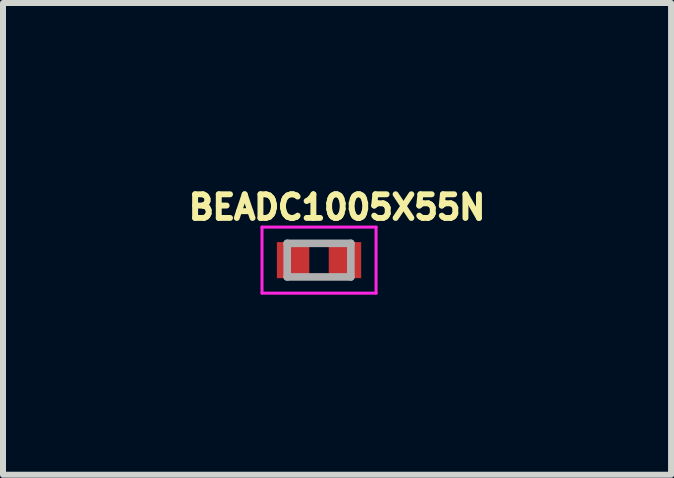
<source format=kicad_pcb>
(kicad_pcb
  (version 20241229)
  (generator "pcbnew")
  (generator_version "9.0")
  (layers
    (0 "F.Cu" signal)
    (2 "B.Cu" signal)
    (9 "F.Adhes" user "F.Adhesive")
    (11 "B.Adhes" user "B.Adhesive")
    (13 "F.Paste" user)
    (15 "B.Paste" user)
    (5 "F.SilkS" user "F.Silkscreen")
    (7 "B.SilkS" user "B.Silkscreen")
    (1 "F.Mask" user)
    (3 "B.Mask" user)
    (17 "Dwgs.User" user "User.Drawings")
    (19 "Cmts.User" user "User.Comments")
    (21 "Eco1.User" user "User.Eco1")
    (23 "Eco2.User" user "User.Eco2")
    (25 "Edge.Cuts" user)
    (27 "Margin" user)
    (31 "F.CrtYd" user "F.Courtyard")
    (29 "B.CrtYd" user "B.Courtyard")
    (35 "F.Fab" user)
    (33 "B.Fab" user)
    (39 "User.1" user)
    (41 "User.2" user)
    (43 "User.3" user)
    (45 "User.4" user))
  (footprint "BEADC1005X55N"
    (layer "F.Cu")
    (at 2.264 1.283)
    (property "Reference" "BEADC1005X55N" (at 0.3 -0.88 0) (layer "F.SilkS") (effects (font (size 0.394 0.394) (thickness 0.15))))
    (attr smd)
    (fp_line (start -0.95 -0.55) (end 0.95 -0.55) (stroke (width 0.05) (type solid)) (layer "F.CrtYd"))
    (fp_line (start -0.95 0.55) (end -0.95 -0.55) (stroke (width 0.05) (type solid)) (layer "F.CrtYd"))
    (fp_line (start -0.95 0.55) (end 0.95 0.55) (stroke (width 0.05) (type solid)) (layer "F.CrtYd"))
    (fp_line (start 0.95 0.55) (end 0.95 -0.55) (stroke (width 0.05) (type solid)) (layer "F.CrtYd"))
    (fp_line (start -0.53 0.28) (end -0.53 -0.28) (stroke (width 0.127) (type solid)) (layer "F.Fab"))
    (fp_line (start 0.53 -0.28) (end -0.53 -0.28) (stroke (width 0.127) (type solid)) (layer "F.Fab"))
    (fp_line (start 0.53 0.28) (end -0.53 0.28) (stroke (width 0.127) (type solid)) (layer "F.Fab"))
    (fp_line (start 0.53 0.28) (end 0.53 -0.28) (stroke (width 0.127) (type solid)) (layer "F.Fab"))
    (pad "1" smd rect (at -0.432 0) (size 0.54 0.6) (layers "F.Cu" "F.Mask" "F.Paste"))
    (pad "2" smd rect (at 0.432 0) (size 0.54 0.6) (layers "F.Cu" "F.Mask" "F.Paste")))
  (gr_rect
    (start -3 -3)
    (end 8.128 4.858)
    (stroke (width 0.1) (type default))
    (fill no)
    (layer "Edge.Cuts")))
</source>
